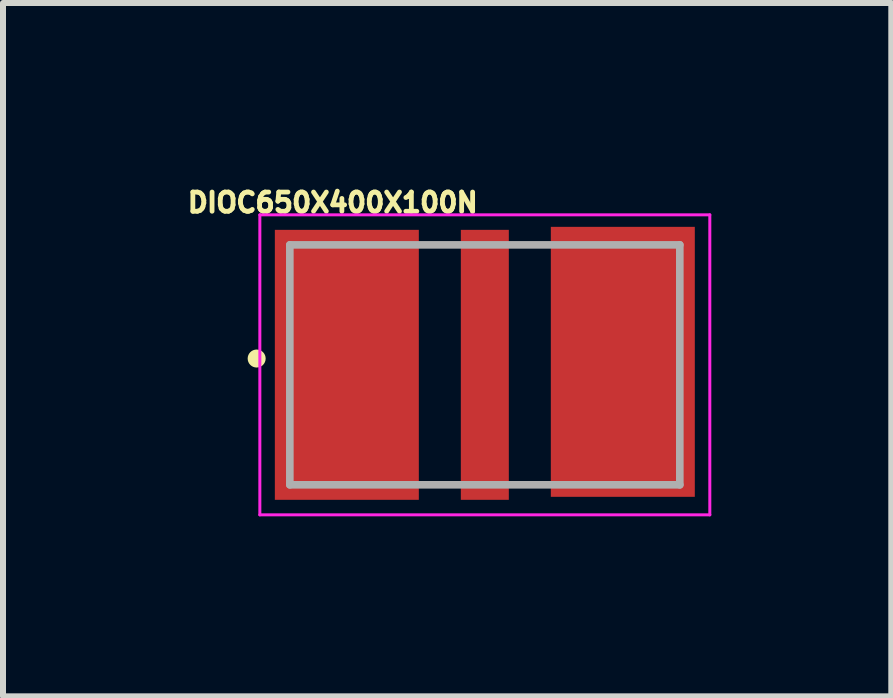
<source format=kicad_pcb>
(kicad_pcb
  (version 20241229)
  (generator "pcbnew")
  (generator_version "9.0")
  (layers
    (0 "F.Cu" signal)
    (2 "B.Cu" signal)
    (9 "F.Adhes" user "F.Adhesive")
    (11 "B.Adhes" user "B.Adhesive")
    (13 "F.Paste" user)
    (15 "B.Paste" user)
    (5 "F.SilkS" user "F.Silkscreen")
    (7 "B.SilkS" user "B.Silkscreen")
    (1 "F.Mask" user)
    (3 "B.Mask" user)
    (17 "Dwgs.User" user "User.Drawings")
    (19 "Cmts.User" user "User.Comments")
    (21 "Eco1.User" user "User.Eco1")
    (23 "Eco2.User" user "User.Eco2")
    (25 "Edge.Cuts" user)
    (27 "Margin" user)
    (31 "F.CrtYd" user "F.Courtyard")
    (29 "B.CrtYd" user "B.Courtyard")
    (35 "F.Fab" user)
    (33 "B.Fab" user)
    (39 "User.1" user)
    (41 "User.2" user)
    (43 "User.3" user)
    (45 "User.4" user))
  (footprint "DIOC650X400X100N"
    (layer "F.Cu")
    (at 5.031 3.031)
    (property "Reference" "DIOC650X400X100N" (at -2.535 -2.704 0) (layer "F.SilkS") (effects (font (size 0.32 0.32) (thickness 0.15))))
    (attr through_hole)
    (fp_poly (pts (xy -2.952 -1.7) (xy -1.1 -1.7) (xy -1.1 1.701) (xy -2.952 1.701)) (stroke (width 0.01) (type solid)) (fill yes) (layer "F.Mask"))
    (fp_poly (pts (xy -0.4 -1.7) (xy 0.4 -1.7) (xy 0.4 1.7) (xy -0.4 1.7)) (stroke (width 0.01) (type solid)) (fill yes) (layer "F.Mask"))
    (fp_poly (pts (xy 1.101 -1.7) (xy 2.95 -1.7) (xy 2.95 1.701) (xy 1.101 1.701)) (stroke (width 0.01) (type solid)) (fill yes) (layer "F.Mask"))
    (fp_circle (center -3.803 -0.105) (end -3.653 -0.105) (stroke (width 0) (type solid)) (fill yes) (layer "F.SilkS"))
    (fp_poly (pts (xy -2.929 -1.675) (xy -1.125 -1.675) (xy -1.125 1.677) (xy -2.929 1.677)) (stroke (width 0.01) (type solid)) (fill yes) (layer "F.Paste"))
    (fp_poly (pts (xy -0.375 -1.675) (xy 0.375 -1.675) (xy 0.375 1.675) (xy -0.375 1.675)) (stroke (width 0.01) (type solid)) (fill yes) (layer "F.Paste"))
    (fp_poly (pts (xy 1.127 -1.675) (xy 2.925 -1.675) (xy 2.925 1.678) (xy 1.127 1.678)) (stroke (width 0.01) (type solid)) (fill yes) (layer "F.Paste"))
    (fp_line (start -3.75 -2.5) (end 3.75 -2.5) (stroke (width 0.05) (type solid)) (layer "F.CrtYd"))
    (fp_line (start -3.75 2.5) (end -3.75 -2.5) (stroke (width 0.05) (type solid)) (layer "F.CrtYd"))
    (fp_line (start 3.75 -2.5) (end 3.75 2.5) (stroke (width 0.05) (type solid)) (layer "F.CrtYd"))
    (fp_line (start 3.75 2.5) (end -3.75 2.5) (stroke (width 0.05) (type solid)) (layer "F.CrtYd"))
    (fp_line (start -3.25 -2) (end 3.25 -2) (stroke (width 0.127) (type solid)) (layer "F.Fab"))
    (fp_line (start -3.25 2) (end -3.25 -2) (stroke (width 0.127) (type solid)) (layer "F.Fab"))
    (fp_line (start 3.25 -2) (end 3.25 2) (stroke (width 0.127) (type solid)) (layer "F.Fab"))
    (fp_line (start 3.25 2) (end -3.25 2) (stroke (width 0.127) (type solid)) (layer "F.Fab"))
    (pad "1" smd rect (at -2.3 0) (size 2.4 4.5) (layers "F.Cu"))
    (pad "2" smd rect (at 0 0) (size 0.8 4.5) (layers "F.Cu"))
    (pad "3" smd rect (at 2.3 -0.05) (size 2.4 4.5) (layers "F.Cu")))
  (gr_rect
    (start -3 -3)
    (end 11.806 8.556)
    (stroke (width 0.1) (type default))
    (fill no)
    (layer "Edge.Cuts")))
</source>
